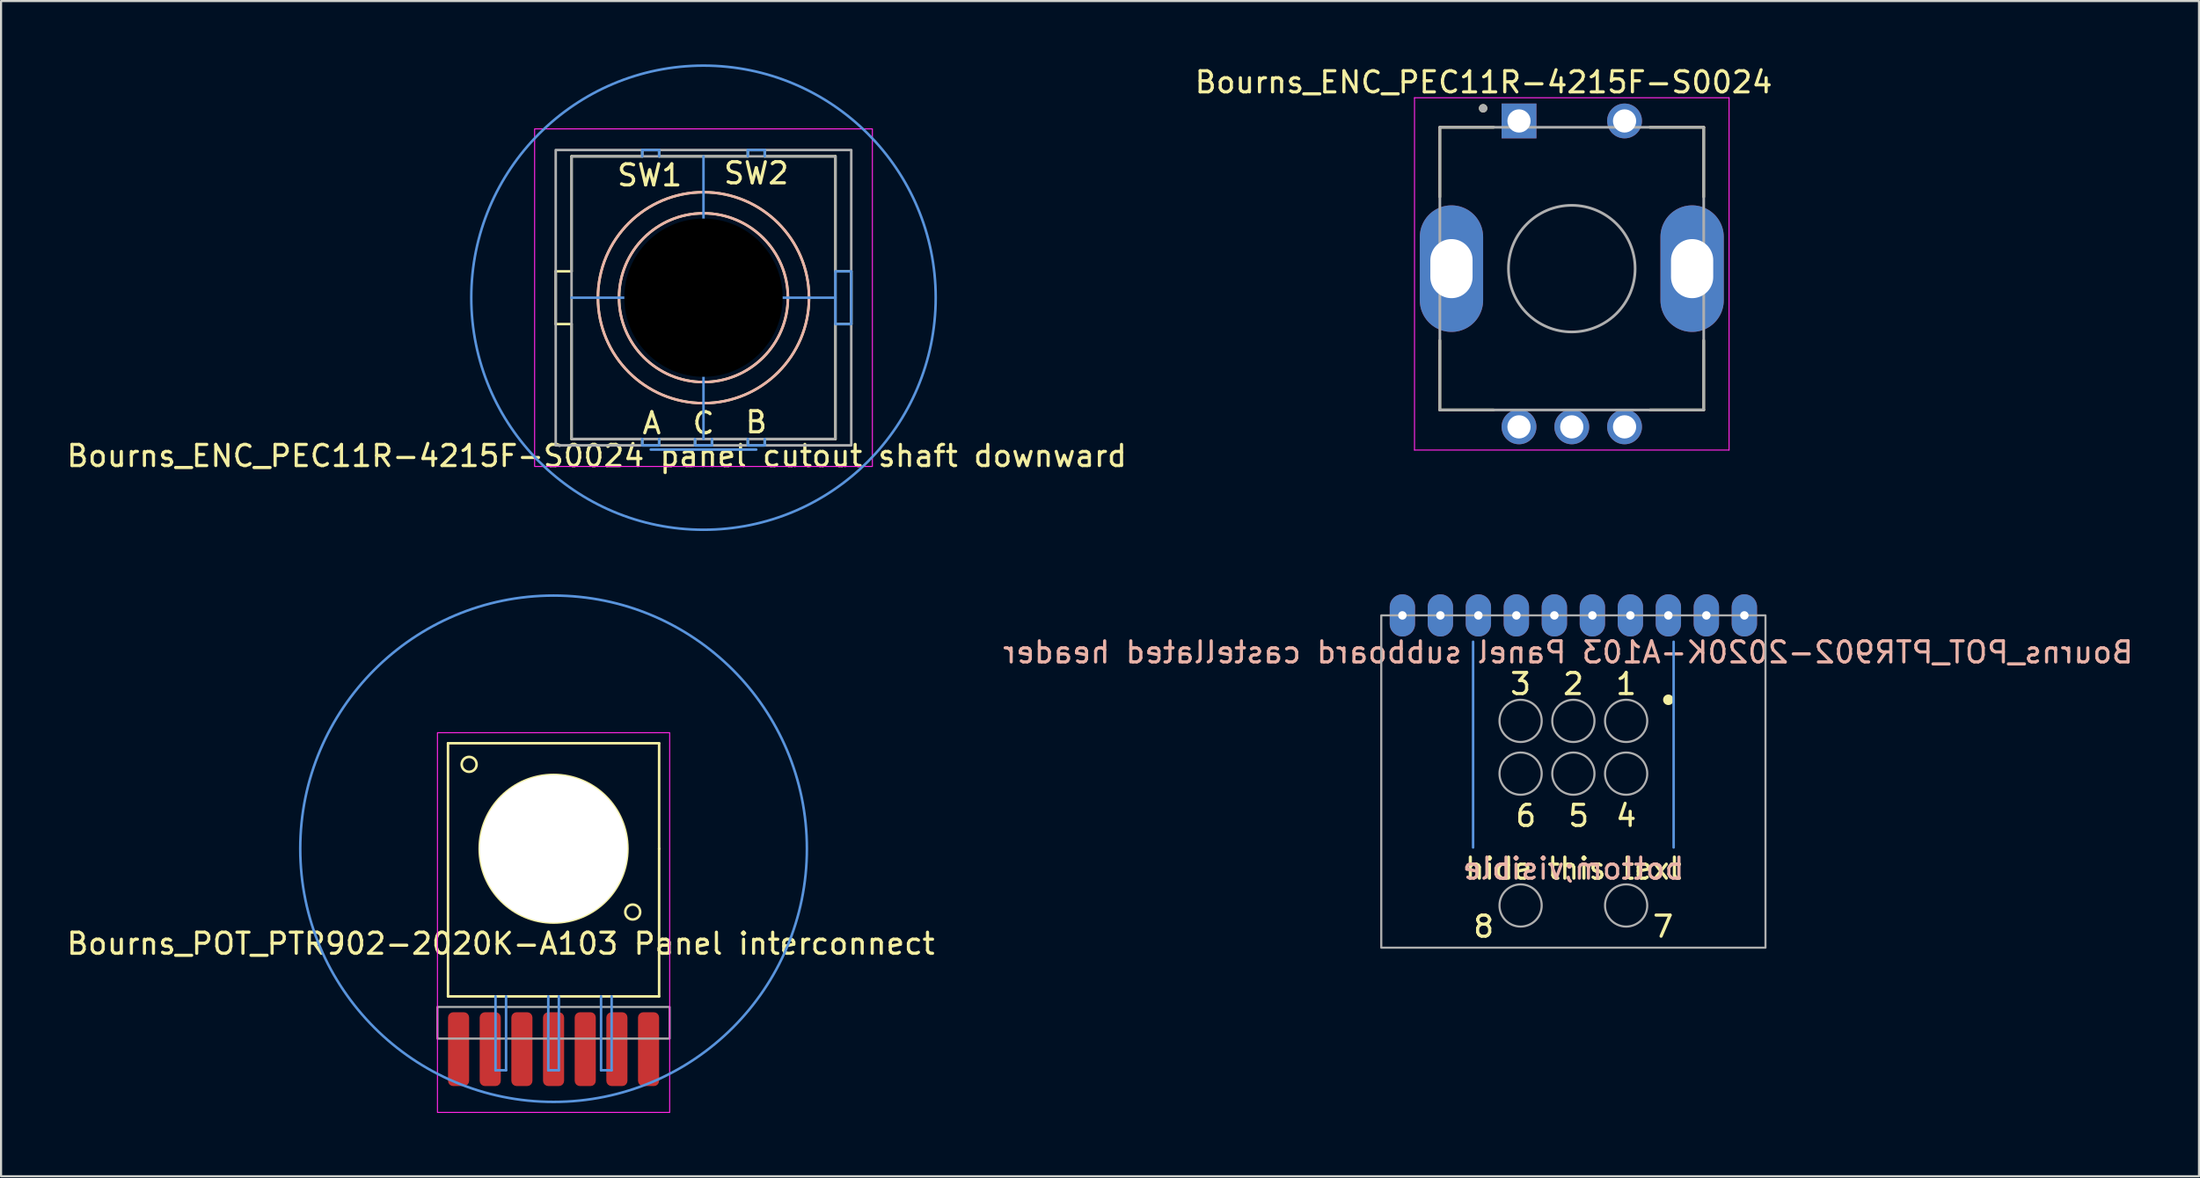
<source format=kicad_pcb>
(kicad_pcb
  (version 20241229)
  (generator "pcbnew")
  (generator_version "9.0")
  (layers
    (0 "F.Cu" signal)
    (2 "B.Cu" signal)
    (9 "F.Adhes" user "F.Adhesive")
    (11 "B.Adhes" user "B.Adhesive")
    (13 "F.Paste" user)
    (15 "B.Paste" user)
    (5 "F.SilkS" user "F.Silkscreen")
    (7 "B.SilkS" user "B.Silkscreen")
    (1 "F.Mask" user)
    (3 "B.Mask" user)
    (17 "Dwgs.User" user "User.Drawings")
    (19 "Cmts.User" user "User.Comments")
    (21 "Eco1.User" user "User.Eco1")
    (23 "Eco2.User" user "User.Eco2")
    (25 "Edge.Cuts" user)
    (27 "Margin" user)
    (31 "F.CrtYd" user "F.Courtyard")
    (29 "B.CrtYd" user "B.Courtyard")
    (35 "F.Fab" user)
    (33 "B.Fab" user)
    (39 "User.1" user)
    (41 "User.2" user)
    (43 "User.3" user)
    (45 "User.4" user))
  (footprint "Bourns_ENC_PEC11R-4215F-S0024 panel cutout shaft downward"
    (layer "F.Cu")
    (at 30.275 11.06)
    (property "Reference" "Bourns_ENC_PEC11R-4215F-S0024 panel cutout shaft downward" (at -5.055 7.5 0) (layer "F.SilkS") (effects (font (size 1 1) (thickness 0.15))))
    (attr through_hole)
    (fp_line (start -7 -1.25) (end -6.25 -1.25) (stroke (width 0.12) (type solid)) (layer "F.SilkS"))
    (fp_line (start -7 1.25) (end -7 -1.25) (stroke (width 0.12) (type solid)) (layer "F.SilkS"))
    (fp_line (start -6.25 -6.7) (end -2.9 -6.7) (stroke (width 0.12) (type solid)) (layer "F.SilkS"))
    (fp_line (start -6.25 -1.25) (end -6.25 -6.7) (stroke (width 0.12) (type solid)) (layer "F.SilkS"))
    (fp_line (start -6.25 1.25) (end -7 1.25) (stroke (width 0.12) (type solid)) (layer "F.SilkS"))
    (fp_line (start -6.25 6.7) (end -6.25 1.25) (stroke (width 0.12) (type solid)) (layer "F.SilkS"))
    (fp_line (start -2.9 -7) (end -2.1 -7) (stroke (width 0.12) (type solid)) (layer "F.SilkS"))
    (fp_line (start -2.9 -6.7) (end -2.9 -7) (stroke (width 0.12) (type solid)) (layer "F.SilkS"))
    (fp_line (start -2.9 6.7) (end -6.25 6.7) (stroke (width 0.12) (type solid)) (layer "F.SilkS"))
    (fp_line (start -2.9 7) (end -2.9 6.7) (stroke (width 0.12) (type solid)) (layer "F.SilkS"))
    (fp_line (start -2.1 -7) (end -2.1 -6.7) (stroke (width 0.12) (type solid)) (layer "F.SilkS"))
    (fp_line (start -2.1 -6.7) (end 2.1 -6.7) (stroke (width 0.12) (type solid)) (layer "F.SilkS"))
    (fp_line (start -2.1 6.7) (end -2.1 7) (stroke (width 0.12) (type solid)) (layer "F.SilkS"))
    (fp_line (start -2.1 7) (end -2.9 7) (stroke (width 0.12) (type solid)) (layer "F.SilkS"))
    (fp_line (start -0.4 6.7) (end -2.1 6.7) (stroke (width 0.12) (type solid)) (layer "F.SilkS"))
    (fp_line (start -0.4 7) (end -0.4 6.7) (stroke (width 0.12) (type solid)) (layer "F.SilkS"))
    (fp_line (start 0.4 6.7) (end 0.4 7) (stroke (width 0.12) (type solid)) (layer "F.SilkS"))
    (fp_line (start 0.4 7) (end -0.4 7) (stroke (width 0.12) (type solid)) (layer "F.SilkS"))
    (fp_line (start 2.1 -7) (end 2.9 -7) (stroke (width 0.12) (type solid)) (layer "F.SilkS"))
    (fp_line (start 2.1 -6.7) (end 2.1 -7) (stroke (width 0.12) (type solid)) (layer "F.SilkS"))
    (fp_line (start 2.1 6.7) (end 0.4 6.7) (stroke (width 0.12) (type solid)) (layer "F.SilkS"))
    (fp_line (start 2.1 7) (end 2.1 6.7) (stroke (width 0.12) (type solid)) (layer "F.SilkS"))
    (fp_line (start 2.9 -7) (end 2.9 -6.7) (stroke (width 0.12) (type solid)) (layer "F.SilkS"))
    (fp_line (start 2.9 -6.7) (end 6.25 -6.7) (stroke (width 0.12) (type solid)) (layer "F.SilkS"))
    (fp_line (start 2.9 6.7) (end 2.9 7) (stroke (width 0.12) (type solid)) (layer "F.SilkS"))
    (fp_line (start 2.9 7) (end 2.1 7) (stroke (width 0.12) (type solid)) (layer "F.SilkS"))
    (fp_line (start 6.25 -6.7) (end 6.25 -1.25) (stroke (width 0.12) (type solid)) (layer "F.SilkS"))
    (fp_line (start 6.25 -1.25) (end 6.25 -1.25) (stroke (width 0.12) (type solid)) (layer "F.SilkS"))
    (fp_line (start 6.25 -1.25) (end 7 -1.25) (stroke (width 0.12) (type solid)) (layer "F.SilkS"))
    (fp_line (start 6.25 1.25) (end 6.25 6.7) (stroke (width 0.12) (type solid)) (layer "F.SilkS"))
    (fp_line (start 6.25 1.25) (end 7 1.25) (stroke (width 0.12) (type solid)) (layer "F.SilkS"))
    (fp_line (start 6.25 6.7) (end 2.9 6.7) (stroke (width 0.12) (type solid)) (layer "F.SilkS"))
    (fp_line (start 7 -1.25) (end 7 1.25) (stroke (width 0.12) (type solid)) (layer "F.SilkS"))
    (fp_circle (center 0 0) (end 4 0) (stroke (width 0.12) (type solid)) (fill no) (layer "F.SilkS"))
    (fp_circle (center 0 0) (end 5 0) (stroke (width 0.12) (type solid)) (fill no) (layer "F.SilkS"))
    (fp_circle (center 0 0) (end 4 0) (stroke (width 0.12) (type solid)) (fill no) (layer "B.SilkS"))
    (fp_circle (center 0 0) (end 5 0) (stroke (width 0.12) (type solid)) (fill no) (layer "B.SilkS"))
    (fp_line (start -2.9 -7) (end -2.9 -6.7) (stroke (width 0.12) (type solid)) (layer "Cmts.User"))
    (fp_line (start -2.9 7) (end -2.9 6.7) (stroke (width 0.12) (type solid)) (layer "Cmts.User"))
    (fp_line (start -2.5 7.2) (end 2.5 7.2) (stroke (width 0.12) (type solid)) (layer "Cmts.User"))
    (fp_line (start -2.1 -7) (end -2.9 -7) (stroke (width 0.12) (type solid)) (layer "Cmts.User"))
    (fp_line (start -2.1 -7) (end -2.1 -6.7) (stroke (width 0.12) (type solid)) (layer "Cmts.User"))
    (fp_line (start -2.1 7) (end -2.9 7) (stroke (width 0.12) (type solid)) (layer "Cmts.User"))
    (fp_line (start -2.1 7) (end -2.1 6.7) (stroke (width 0.12) (type solid)) (layer "Cmts.User"))
    (fp_line (start -0.4 7) (end -0.4 6.7) (stroke (width 0.12) (type solid)) (layer "Cmts.User"))
    (fp_line (start 0 -6.7) (end 0 6.7) (stroke (width 0.12) (type solid)) (layer "Cmts.User"))
    (fp_line (start 0.4 7) (end -0.4 7) (stroke (width 0.12) (type solid)) (layer "Cmts.User"))
    (fp_line (start 0.4 7) (end 0.4 6.7) (stroke (width 0.12) (type solid)) (layer "Cmts.User"))
    (fp_line (start 2.1 -7) (end 2.1 -6.7) (stroke (width 0.12) (type solid)) (layer "Cmts.User"))
    (fp_line (start 2.1 7) (end 2.1 6.7) (stroke (width 0.12) (type solid)) (layer "Cmts.User"))
    (fp_line (start 2.9 -7) (end 2.1 -7) (stroke (width 0.12) (type solid)) (layer "Cmts.User"))
    (fp_line (start 2.9 -7) (end 2.9 -6.7) (stroke (width 0.12) (type solid)) (layer "Cmts.User"))
    (fp_line (start 2.9 7) (end 2.1 7) (stroke (width 0.12) (type solid)) (layer "Cmts.User"))
    (fp_line (start 2.9 7) (end 2.9 6.7) (stroke (width 0.12) (type solid)) (layer "Cmts.User"))
    (fp_line (start 6.25 0) (end -6.25 0) (stroke (width 0.12) (type solid)) (layer "Cmts.User"))
    (fp_rect (start 6.25 -1.25) (end 7 1.25) (stroke (width 0.12) (type solid)) (fill no) (layer "Cmts.User"))
    (fp_circle (center 0 0) (end 11 0) (stroke (width 0.12) (type solid)) (fill no) (layer "Cmts.User"))
    (fp_rect (start -8 -8) (end 8 8) (stroke (width 0.05) (type solid)) (fill no) (layer "F.CrtYd"))
    (fp_rect (start -7 -7) (end 7 7) (stroke (width 0.12) (type solid)) (fill no) (layer "F.Fab"))
    (fp_rect (start -6.25 -6.7) (end 6.25 6.7) (stroke (width 0.12) (type solid)) (fill no) (layer "F.Fab"))
    (fp_text user "B" (at 2.5 5.9 0) (unlocked yes) (layer "F.SilkS") (effects (font (size 1 1) (thickness 0.15))))
    (fp_text user "C" (at 0 5.95 0) (unlocked yes) (layer "F.SilkS") (effects (font (size 1 1) (thickness 0.15))))
    (fp_text user "SW2" (at 2.5 -5.9 0) (unlocked yes) (layer "F.SilkS") (effects (font (size 1 1) (thickness 0.15))))
    (fp_text user "A" (at -2.45 5.95 0) (unlocked yes) (layer "F.SilkS") (effects (font (size 1 1) (thickness 0.15))))
    (fp_text user "SW1" (at -2.55 -5.8 0) (unlocked yes) (layer "F.SilkS") (effects (font (size 1 1) (thickness 0.15))))
    (pad "" np_thru_hole circle (at 0 0) (size 7.5 7.5) (drill 7.5) (layers "*.Mask")))
  (footprint "Bourns_POT_PTR902-2020K-A103 Panel interconnect"
    (layer "F.Cu")
    (at 23.173 37.18)
    (property "Reference" "Bourns_POT_PTR902-2020K-A103 Panel interconnect" (at -2.5 4.5 0) (layer "F.SilkS") (effects (font (size 1 1) (thickness 0.15))))
    (attr through_hole)
    (fp_line (start -5 -5) (end 5 -5) (stroke (width 0.12) (type solid)) (layer "F.SilkS"))
    (fp_line (start -5 7) (end -5 -5) (stroke (width 0.12) (type solid)) (layer "F.SilkS"))
    (fp_line (start 0 0.5) (end 0 -0.5) (stroke (width 0.12) (type solid)) (layer "F.SilkS"))
    (fp_line (start 0.5 0) (end -0.5 0) (stroke (width 0.12) (type solid)) (layer "F.SilkS"))
    (fp_line (start 5 -5) (end 5 0) (stroke (width 0.12) (type solid)) (layer "F.SilkS"))
    (fp_line (start 5 0) (end 5 7) (stroke (width 0.12) (type solid)) (layer "F.SilkS"))
    (fp_line (start 5 7) (end -5 7) (stroke (width 0.12) (type solid)) (layer "F.SilkS"))
    (fp_circle (center -4 -4) (end -3.75 -3.75) (stroke (width 0.12) (type solid)) (fill no) (layer "F.SilkS"))
    (fp_circle (center 0 0) (end 3 0) (stroke (width 0.12) (type solid)) (fill no) (layer "F.SilkS"))
    (fp_circle (center 0 0) (end 3.5 0) (stroke (width 0.12) (type solid)) (fill no) (layer "F.SilkS"))
    (fp_circle (center 3.75 3) (end 4 3.25) (stroke (width 0.12) (type solid)) (fill no) (layer "F.SilkS"))
    (fp_line (start -2.75 7) (end -2.75 10.5) (stroke (width 0.12) (type solid)) (layer "Cmts.User"))
    (fp_line (start -2.75 10.5) (end -2.25 10.5) (stroke (width 0.12) (type solid)) (layer "Cmts.User"))
    (fp_line (start -2.25 10.5) (end -2.25 7) (stroke (width 0.12) (type solid)) (layer "Cmts.User"))
    (fp_line (start -0.25 7) (end -0.25 10.5) (stroke (width 0.12) (type solid)) (layer "Cmts.User"))
    (fp_line (start -0.25 10.5) (end 0.25 10.5) (stroke (width 0.12) (type solid)) (layer "Cmts.User"))
    (fp_line (start 0.25 10.5) (end 0.25 7) (stroke (width 0.12) (type solid)) (layer "Cmts.User"))
    (fp_line (start 2.25 7) (end 2.25 10.5) (stroke (width 0.12) (type solid)) (layer "Cmts.User"))
    (fp_line (start 2.25 10.5) (end 2.75 10.5) (stroke (width 0.12) (type solid)) (layer "Cmts.User"))
    (fp_line (start 2.75 10.5) (end 2.75 7) (stroke (width 0.12) (type solid)) (layer "Cmts.User"))
    (fp_circle (center 0 0) (end 0.5 0) (stroke (width 0.12) (type solid)) (fill no) (layer "Cmts.User"))
    (fp_circle (center 0 0) (end 12 0) (stroke (width 0.12) (type solid)) (fill no) (layer "Cmts.User"))
    (fp_rect (start -5.5 -5.5) (end 5.5 12.5) (stroke (width 0.05) (type solid)) (fill no) (layer "F.CrtYd"))
    (fp_rect (start -5.5 7.5) (end 5.5 9) (stroke (width 0.1) (type solid)) (fill no) (layer "F.Fab"))
    (pad "" np_thru_hole circle (at 0 0) (size 7 7) (drill 7) (layers "*.Cu" "*.Mask"))
    (pad "1" smd roundrect (at -4.5 9.5) (size 1 3.5) (layers "F.Cu" "F.Mask" "F.Paste") (roundrect_rratio 0.25))
    (pad "2" smd roundrect (at -3 9.5) (size 1 3.5) (layers "F.Cu" "F.Mask" "F.Paste") (roundrect_rratio 0.25))
    (pad "3" smd roundrect (at -1.5 9.5) (size 1 3.5) (layers "F.Cu" "F.Mask" "F.Paste") (roundrect_rratio 0.25))
    (pad "4" smd roundrect (at 0 9.5) (size 1 3.5) (layers "F.Cu" "F.Mask" "F.Paste") (roundrect_rratio 0.25))
    (pad "5" smd roundrect (at 1.5 9.5) (size 1 3.5) (layers "F.Cu" "F.Mask" "F.Paste") (roundrect_rratio 0.25))
    (pad "6" smd roundrect (at 3 9.5) (size 1 3.5) (layers "F.Cu" "F.Mask" "F.Paste") (roundrect_rratio 0.25))
    (pad "7" smd roundrect (at 4.5 9.5) (size 1 3.5) (layers "F.Cu" "F.Mask" "F.Paste") (roundrect_rratio 0.25)))
  (footprint "Bourns_POT_PTR902-2020K-A103 Panel subboard castellated header"
    (layer "F.Cu")
    (at 73.982 31.12)
    (property "Reference" "Bourns_POT_PTR902-2020K-A103 Panel subboard castellated header" (at -2.75 -3.25 0) (layer "B.SilkS") (effects (font (size 1 1) (thickness 0.15)) (justify mirror)))
    (attr through_hole)
    (fp_circle (center 2 -1) (end 2.25 -1) (stroke (width 0) (type solid)) (fill yes) (layer "F.SilkS"))
    (fp_line (start -7.25 -3.75) (end -7.25 6) (stroke (width 0.12) (type solid)) (layer "Cmts.User"))
    (fp_line (start 2.25 6) (end 2.25 -3.75) (stroke (width 0.12) (type solid)) (layer "Cmts.User"))
    (fp_rect (start -11.6 -5) (end 6.6 10.75) (stroke (width 0.1) (type solid)) (fill no) (layer "F.Fab"))
    (fp_circle (center -5 0) (end -4 0) (stroke (width 0.1) (type solid)) (fill no) (layer "F.Fab"))
    (fp_circle (center -5 2.5) (end -4 2.5) (stroke (width 0.1) (type solid)) (fill no) (layer "F.Fab"))
    (fp_circle (center -5 8.75) (end -4 8.75) (stroke (width 0.1) (type solid)) (fill no) (layer "F.Fab"))
    (fp_circle (center -2.5 0) (end -1.5 0) (stroke (width 0.1) (type solid)) (fill no) (layer "F.Fab"))
    (fp_circle (center -2.5 2.5) (end -1.5 2.5) (stroke (width 0.1) (type solid)) (fill no) (layer "F.Fab"))
    (fp_circle (center 0 0) (end 1 0) (stroke (width 0.1) (type solid)) (fill no) (layer "F.Fab"))
    (fp_circle (center 0 2.5) (end 1 2.5) (stroke (width 0.1) (type solid)) (fill no) (layer "F.Fab"))
    (fp_circle (center 0 8.75) (end 1 8.75) (stroke (width 0.1) (type solid)) (fill no) (layer "F.Fab"))
    (fp_text user "hide this text" (at -2.5 7 0) (unlocked yes) (layer "F.SilkS") (effects (font (size 1 1) (thickness 0.15))))
    (fp_text user "3" (at -5 -1.75 0) (unlocked yes) (layer "F.SilkS") (effects (font (size 1 1) (thickness 0.15))))
    (fp_text user "5" (at -2.25 4.5 0) (unlocked yes) (layer "F.SilkS") (effects (font (size 1 1) (thickness 0.15))))
    (fp_text user "4" (at 0 4.5 0) (unlocked yes) (layer "F.SilkS") (effects (font (size 1 1) (thickness 0.15))))
    (fp_text user "2" (at -2.5 -1.75 0) (unlocked yes) (layer "F.SilkS") (effects (font (size 1 1) (thickness 0.15))))
    (fp_text user "8" (at -6.75 9.75 0) (unlocked yes) (layer "F.SilkS") (effects (font (size 1 1) (thickness 0.15))))
    (fp_text user "7" (at 1.75 9.75 0) (unlocked yes) (layer "F.SilkS") (effects (font (size 1 1) (thickness 0.15))))
    (fp_text user "1" (at 0 -1.75 0) (unlocked yes) (layer "F.SilkS") (effects (font (size 1 1) (thickness 0.15))))
    (fp_text user "6" (at -4.75 4.5 0) (unlocked yes) (layer "F.SilkS") (effects (font (size 1 1) (thickness 0.15))))
    (fp_text user "bottom;visible" (at -2.5 7 0) (unlocked yes) (layer "B.SilkS") (effects (font (size 1 1) (thickness 0.15)) (justify mirror)))
    (pad "1" thru_hole oval (at -10.6 -5) (size 1.2 2) (drill 0.4) (property pad_prop_castellated) (layers "*.Cu" "*.Mask"))
    (pad "2" thru_hole oval (at -8.8 -5) (size 1.2 2) (drill 0.4) (property pad_prop_castellated) (layers "*.Cu" "*.Mask"))
    (pad "3" thru_hole oval (at -7 -5) (size 1.2 2) (drill 0.4) (property pad_prop_castellated) (layers "*.Cu" "*.Mask"))
    (pad "4" thru_hole oval (at -5.2 -5) (size 1.2 2) (drill 0.4) (property pad_prop_castellated) (layers "*.Cu" "*.Mask"))
    (pad "5" thru_hole oval (at -3.4 -5) (size 1.2 2) (drill 0.4) (property pad_prop_castellated) (layers "*.Cu" "*.Mask"))
    (pad "6" thru_hole oval (at -1.6 -5) (size 1.2 2) (drill 0.4) (property pad_prop_castellated) (layers "*.Cu" "*.Mask"))
    (pad "7" thru_hole oval (at 0.2 -5) (size 1.2 2) (drill 0.4) (property pad_prop_castellated) (layers "*.Cu" "*.Mask"))
    (pad "8" thru_hole oval (at 2 -5) (size 1.2 2) (drill 0.4) (property pad_prop_castellated) (layers "*.Cu" "*.Mask"))
    (pad "9" thru_hole oval (at 3.8 -5) (size 1.2 2) (drill 0.4) (property pad_prop_castellated) (layers "*.Cu" "*.Mask"))
    (pad "10" thru_hole oval (at 5.6 -5) (size 1.2 2) (drill 0.4) (property pad_prop_castellated) (layers "*.Cu" "*.Mask")))
  (footprint "Bourns_ENC_PEC11R-4215F-S0024"
    (layer "F.Cu")
    (at 71.407 9.683)
    (property "Reference" "Bourns_ENC_PEC11R-4215F-S0024" (at -4.175 -8.835 0) (layer "F.SilkS") (effects (font (size 1 1) (thickness 0.15))))
    (attr through_hole)
    (fp_line (start -6.25 -6.7) (end -3.7 -6.7) (stroke (width 0.127) (type solid)) (layer "F.SilkS"))
    (fp_line (start -6.25 -3.4) (end -6.25 -6.7) (stroke (width 0.127) (type solid)) (layer "F.SilkS"))
    (fp_line (start -6.25 3.4) (end -6.25 6.7) (stroke (width 0.127) (type solid)) (layer "F.SilkS"))
    (fp_line (start -6.25 6.7) (end -3.7 6.7) (stroke (width 0.127) (type solid)) (layer "F.SilkS"))
    (fp_line (start 3.7 -6.7) (end 6.25 -6.7) (stroke (width 0.127) (type solid)) (layer "F.SilkS"))
    (fp_line (start 3.7 6.7) (end 6.25 6.7) (stroke (width 0.127) (type solid)) (layer "F.SilkS"))
    (fp_line (start 6.25 -6.7) (end 6.25 -3.4) (stroke (width 0.127) (type solid)) (layer "F.SilkS"))
    (fp_line (start 6.25 6.7) (end 6.25 3.4) (stroke (width 0.127) (type solid)) (layer "F.SilkS"))
    (fp_circle (center -4.2 -7.6) (end -4.1 -7.6) (stroke (width 0.2) (type solid)) (fill no) (layer "F.SilkS"))
    (fp_line (start -7.45 -8.1) (end -7.45 8.6) (stroke (width 0.05) (type solid)) (layer "F.CrtYd"))
    (fp_line (start -7.45 8.6) (end 7.45 8.6) (stroke (width 0.05) (type solid)) (layer "F.CrtYd"))
    (fp_line (start 7.45 -8.1) (end -7.45 -8.1) (stroke (width 0.05) (type solid)) (layer "F.CrtYd"))
    (fp_line (start 7.45 8.6) (end 7.45 -8.1) (stroke (width 0.05) (type solid)) (layer "F.CrtYd"))
    (fp_line (start -6.25 -6.7) (end 6.25 -6.7) (stroke (width 0.127) (type solid)) (layer "F.Fab"))
    (fp_line (start -6.25 6.7) (end -6.25 -6.7) (stroke (width 0.127) (type solid)) (layer "F.Fab"))
    (fp_line (start 6.25 -6.7) (end 6.25 6.7) (stroke (width 0.127) (type solid)) (layer "F.Fab"))
    (fp_line (start 6.25 6.7) (end -6.25 6.7) (stroke (width 0.127) (type solid)) (layer "F.Fab"))
    (fp_circle (center -4.2 -7.6) (end -4.1 -7.6) (stroke (width 0.2) (type solid)) (fill no) (layer "F.Fab"))
    (fp_circle (center 0 0) (end 3 0) (stroke (width 0.127) (type solid)) (fill no) (layer "F.Fab"))
    (pad "1" thru_hole rect (at -2.5 -7) (size 1.65 1.65) (drill 1.1) (layers "*.Cu" "*.Mask"))
    (pad "2" thru_hole circle (at 2.5 -7) (size 1.65 1.65) (drill 1.1) (layers "*.Cu" "*.Mask"))
    (pad "A" thru_hole circle (at -2.5 7.5) (size 1.65 1.65) (drill 1.1) (layers "*.Cu" "*.Mask"))
    (pad "B" thru_hole circle (at 2.5 7.5) (size 1.65 1.65) (drill 1.1) (layers "*.Cu" "*.Mask"))
    (pad "C" thru_hole circle (at 0 7.5) (size 1.65 1.65) (drill 1.1) (layers "*.Cu" "*.Mask"))
    (pad "S1" thru_hole oval (at -5.7 0) (size 3 6) (drill oval 2 2.8) (layers "*.Cu" "*.Mask"))
    (pad "S2" thru_hole oval (at 5.7 0) (size 3 6) (drill oval 2 2.8) (layers "*.Cu" "*.Mask")))
  (gr_rect
    (start -3 -3)
    (end 101.119 52.705)
    (stroke (width 0.1) (type default))
    (fill no)
    (layer "Edge.Cuts")))
</source>
